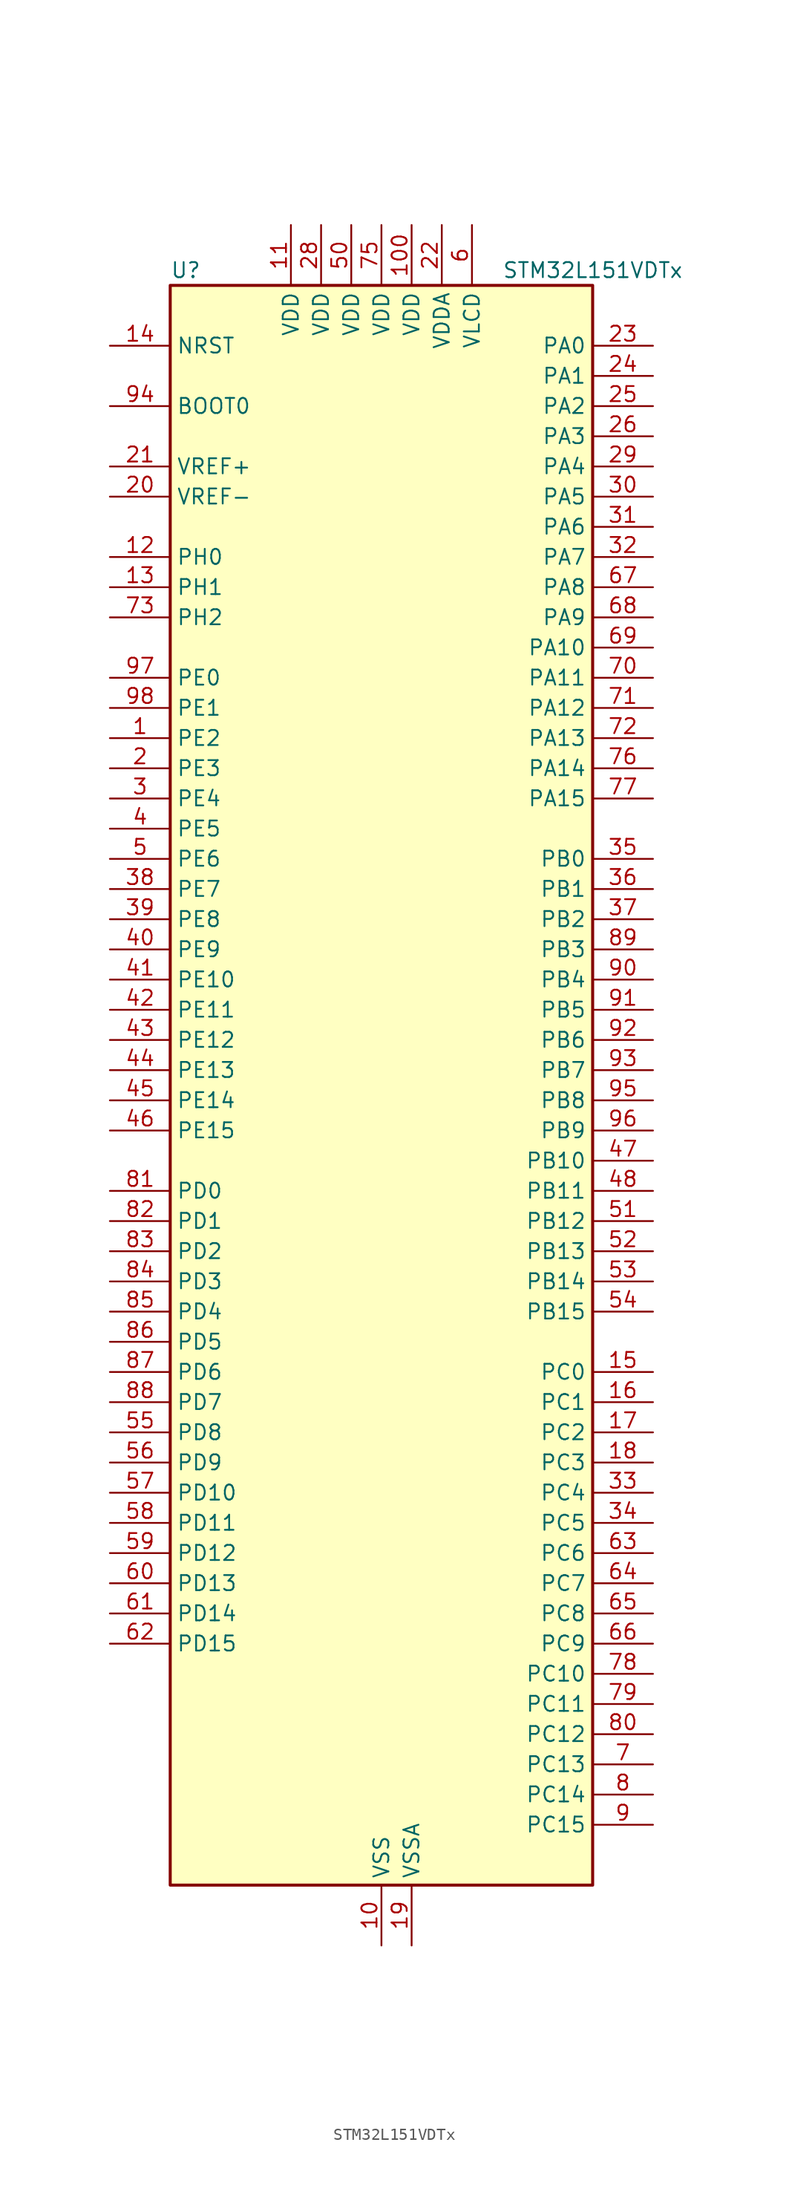
<source format=kicad_sym>
(kicad_symbol_lib
  (version 20241209)
  (generator "kicad_symbol_editor")
  (generator_version "9.0")
  (symbol "STM32L151VDTx"
    (property "Reference" "U"
      (at -17.78 69.85 0)
      (effects (font (size 1.27 1.27)) (justify left)))
    (property "Value" "STM32L151VDTx"
      (at 10.16 69.85 0)
      (effects (font (size 1.27 1.27)) (justify left)))
    (symbol "STM32L151VDTx_0_1"
      (rectangle (start -17.78 -66.04) (end 17.78 68.58) (stroke (width 0.254) (type default)) (fill (type background))))
    (symbol "STM32L151VDTx_1_1"
      (pin input line (at -22.86 63.5 0) (length 5.08) (name "NRST" (effects (font (size 1.27 1.27)))) (number "14" (effects (font (size 1.27 1.27)))))
      (pin input line (at -22.86 58.42 0) (length 5.08) (name "BOOT0" (effects (font (size 1.27 1.27)))) (number "94" (effects (font (size 1.27 1.27)))))
      (pin input line (at -22.86 53.34 0) (length 5.08) (name "VREF+" (effects (font (size 1.27 1.27)))) (number "21" (effects (font (size 1.27 1.27)))))
      (pin input line (at -22.86 50.8 0) (length 5.08) (name "VREF-" (effects (font (size 1.27 1.27)))) (number "20" (effects (font (size 1.27 1.27)))))
      (pin bidirectional line (at -22.86 45.72 0) (length 5.08) (name "PH0" (effects (font (size 1.27 1.27)))) (number "12" (effects (font (size 1.27 1.27)))) (alternate "RCC_OSC_IN" bidirectional line))
      (pin bidirectional line (at -22.86 43.18 0) (length 5.08) (name "PH1" (effects (font (size 1.27 1.27)))) (number "13" (effects (font (size 1.27 1.27)))) (alternate "RCC_OSC_OUT" bidirectional line))
      (pin bidirectional line (at -22.86 40.64 0) (length 5.08) (name "PH2" (effects (font (size 1.27 1.27)))) (number "73" (effects (font (size 1.27 1.27)))) (alternate "FSMC_A22" bidirectional line))
      (pin bidirectional line (at -22.86 35.56 0) (length 5.08) (name "PE0" (effects (font (size 1.27 1.27)))) (number "97" (effects (font (size 1.27 1.27)))) (alternate "FSMC_NBL0" bidirectional line) (alternate "TIM10_CH1" bidirectional line) (alternate "TIM4_ETR" bidirectional line) (alternate "TIMX_IC1" bidirectional line))
      (pin bidirectional line (at -22.86 33.02 0) (length 5.08) (name "PE1" (effects (font (size 1.27 1.27)))) (number "98" (effects (font (size 1.27 1.27)))) (alternate "FSMC_NBL1" bidirectional line) (alternate "TIM11_CH1" bidirectional line) (alternate "TIMX_IC2" bidirectional line))
      (pin bidirectional line (at -22.86 30.48 0) (length 5.08) (name "PE2" (effects (font (size 1.27 1.27)))) (number "1" (effects (font (size 1.27 1.27)))) (alternate "FSMC_A23" bidirectional line) (alternate "SYS_TRACECK" bidirectional line) (alternate "TIM3_ETR" bidirectional line) (alternate "TIMX_IC3" bidirectional line))
      (pin bidirectional line (at -22.86 27.94 0) (length 5.08) (name "PE3" (effects (font (size 1.27 1.27)))) (number "2" (effects (font (size 1.27 1.27)))) (alternate "FSMC_A19" bidirectional line) (alternate "SYS_TRACED0" bidirectional line) (alternate "TIM3_CH1" bidirectional line) (alternate "TIMX_IC4" bidirectional line))
      (pin bidirectional line (at -22.86 25.4 0) (length 5.08) (name "PE4" (effects (font (size 1.27 1.27)))) (number "3" (effects (font (size 1.27 1.27)))) (alternate "FSMC_A20" bidirectional line) (alternate "SYS_TRACED1" bidirectional line) (alternate "TIM3_CH2" bidirectional line) (alternate "TIMX_IC1" bidirectional line))
      (pin bidirectional line (at -22.86 22.86 0) (length 5.08) (name "PE5" (effects (font (size 1.27 1.27)))) (number "4" (effects (font (size 1.27 1.27)))) (alternate "FSMC_A21" bidirectional line) (alternate "SYS_TRACED2" bidirectional line) (alternate "TIM9_CH1" bidirectional line) (alternate "TIMX_IC2" bidirectional line))
      (pin bidirectional line (at -22.86 20.32 0) (length 5.08) (name "PE6" (effects (font (size 1.27 1.27)))) (number "5" (effects (font (size 1.27 1.27)))) (alternate "RTC_TAMP3" bidirectional line) (alternate "SYS_TRACED3" bidirectional line) (alternate "SYS_WKUP3" bidirectional line) (alternate "TIM9_CH2" bidirectional line) (alternate "TIMX_IC3" bidirectional line))
      (pin bidirectional line (at -22.86 17.78 0) (length 5.08) (name "PE7" (effects (font (size 1.27 1.27)))) (number "38" (effects (font (size 1.27 1.27)))) (alternate "ADC_IN22" bidirectional line) (alternate "COMP1_INP" bidirectional line) (alternate "FSMC_D4" bidirectional line) (alternate "FSMC_DA4" bidirectional line) (alternate "TIMX_IC4" bidirectional line))
      (pin bidirectional line (at -22.86 15.24 0) (length 5.08) (name "PE8" (effects (font (size 1.27 1.27)))) (number "39" (effects (font (size 1.27 1.27)))) (alternate "ADC_IN23" bidirectional line) (alternate "COMP1_INP" bidirectional line) (alternate "FSMC_D5" bidirectional line) (alternate "FSMC_DA5" bidirectional line) (alternate "TIMX_IC1" bidirectional line))
      (pin bidirectional line (at -22.86 12.7 0) (length 5.08) (name "PE9" (effects (font (size 1.27 1.27)))) (number "40" (effects (font (size 1.27 1.27)))) (alternate "ADC_IN24" bidirectional line) (alternate "COMP1_INP" bidirectional line) (alternate "DAC_EXTI9" bidirectional line) (alternate "FSMC_D6" bidirectional line) (alternate "FSMC_DA6" bidirectional line) (alternate "TIM2_CH1" bidirectional line) (alternate "TIM2_ETR" bidirectional line) (alternate "TIMX_IC2" bidirectional line))
      (pin bidirectional line (at -22.86 10.16 0) (length 5.08) (name "PE10" (effects (font (size 1.27 1.27)))) (number "41" (effects (font (size 1.27 1.27)))) (alternate "ADC_IN25" bidirectional line) (alternate "COMP1_INP" bidirectional line) (alternate "FSMC_D7" bidirectional line) (alternate "FSMC_DA7" bidirectional line) (alternate "TIM2_CH2" bidirectional line) (alternate "TIMX_IC3" bidirectional line))
      (pin bidirectional line (at -22.86 7.62 0) (length 5.08) (name "PE11" (effects (font (size 1.27 1.27)))) (number "42" (effects (font (size 1.27 1.27)))) (alternate "ADC_EXTI11" bidirectional line) (alternate "FSMC_D8" bidirectional line) (alternate "FSMC_DA8" bidirectional line) (alternate "TIM2_CH3" bidirectional line) (alternate "TIMX_IC4" bidirectional line))
      (pin bidirectional line (at -22.86 5.08 0) (length 5.08) (name "PE12" (effects (font (size 1.27 1.27)))) (number "43" (effects (font (size 1.27 1.27)))) (alternate "FSMC_D9" bidirectional line) (alternate "FSMC_DA9" bidirectional line) (alternate "SPI1_NSS" bidirectional line) (alternate "TIM2_CH4" bidirectional line) (alternate "TIMX_IC1" bidirectional line))
      (pin bidirectional line (at -22.86 2.54 0) (length 5.08) (name "PE13" (effects (font (size 1.27 1.27)))) (number "44" (effects (font (size 1.27 1.27)))) (alternate "FSMC_D10" bidirectional line) (alternate "FSMC_DA10" bidirectional line) (alternate "SPI1_SCK" bidirectional line) (alternate "TIMX_IC2" bidirectional line))
      (pin bidirectional line (at -22.86 0 0) (length 5.08) (name "PE14" (effects (font (size 1.27 1.27)))) (number "45" (effects (font (size 1.27 1.27)))) (alternate "FSMC_D11" bidirectional line) (alternate "FSMC_DA11" bidirectional line) (alternate "SPI1_MISO" bidirectional line) (alternate "TIMX_IC3" bidirectional line))
      (pin bidirectional line (at -22.86 -2.54 0) (length 5.08) (name "PE15" (effects (font (size 1.27 1.27)))) (number "46" (effects (font (size 1.27 1.27)))) (alternate "ADC_EXTI15" bidirectional line) (alternate "FSMC_D12" bidirectional line) (alternate "FSMC_DA12" bidirectional line) (alternate "SPI1_MOSI" bidirectional line) (alternate "TIMX_IC4" bidirectional line))
      (pin bidirectional line (at -22.86 -7.62 0) (length 5.08) (name "PD0" (effects (font (size 1.27 1.27)))) (number "81" (effects (font (size 1.27 1.27)))) (alternate "FSMC_D2" bidirectional line) (alternate "FSMC_DA2" bidirectional line) (alternate "I2S2_WS" bidirectional line) (alternate "SPI2_NSS" bidirectional line) (alternate "TIM9_CH1" bidirectional line) (alternate "TIMX_IC1" bidirectional line))
      (pin bidirectional line (at -22.86 -10.16 0) (length 5.08) (name "PD1" (effects (font (size 1.27 1.27)))) (number "82" (effects (font (size 1.27 1.27)))) (alternate "FSMC_D3" bidirectional line) (alternate "FSMC_DA3" bidirectional line) (alternate "I2S2_CK" bidirectional line) (alternate "SPI2_SCK" bidirectional line) (alternate "TIMX_IC2" bidirectional line))
      (pin bidirectional line (at -22.86 -12.7 0) (length 5.08) (name "PD2" (effects (font (size 1.27 1.27)))) (number "83" (effects (font (size 1.27 1.27)))) (alternate "SDIO_CMD" bidirectional line) (alternate "TIM3_ETR" bidirectional line) (alternate "TIMX_IC3" bidirectional line) (alternate "UART5_RX" bidirectional line))
      (pin bidirectional line (at -22.86 -15.24 0) (length 5.08) (name "PD3" (effects (font (size 1.27 1.27)))) (number "84" (effects (font (size 1.27 1.27)))) (alternate "FSMC_CLK" bidirectional line) (alternate "SPI2_MISO" bidirectional line) (alternate "TIMX_IC4" bidirectional line) (alternate "USART2_CTS" bidirectional line))
      (pin bidirectional line (at -22.86 -17.78 0) (length 5.08) (name "PD4" (effects (font (size 1.27 1.27)))) (number "85" (effects (font (size 1.27 1.27)))) (alternate "FSMC_NOE" bidirectional line) (alternate "I2S2_SD" bidirectional line) (alternate "SPI2_MOSI" bidirectional line) (alternate "TIMX_IC1" bidirectional line) (alternate "USART2_RTS" bidirectional line))
      (pin bidirectional line (at -22.86 -20.32 0) (length 5.08) (name "PD5" (effects (font (size 1.27 1.27)))) (number "86" (effects (font (size 1.27 1.27)))) (alternate "FSMC_NWE" bidirectional line) (alternate "TIMX_IC2" bidirectional line) (alternate "USART2_TX" bidirectional line))
      (pin bidirectional line (at -22.86 -22.86 0) (length 5.08) (name "PD6" (effects (font (size 1.27 1.27)))) (number "87" (effects (font (size 1.27 1.27)))) (alternate "FSMC_NWAIT" bidirectional line) (alternate "TIMX_IC3" bidirectional line) (alternate "USART2_RX" bidirectional line))
      (pin bidirectional line (at -22.86 -25.4 0) (length 5.08) (name "PD7" (effects (font (size 1.27 1.27)))) (number "88" (effects (font (size 1.27 1.27)))) (alternate "FSMC_NE1" bidirectional line) (alternate "TIM9_CH2" bidirectional line) (alternate "TIMX_IC4" bidirectional line) (alternate "USART2_CK" bidirectional line))
      (pin bidirectional line (at -22.86 -27.94 0) (length 5.08) (name "PD8" (effects (font (size 1.27 1.27)))) (number "55" (effects (font (size 1.27 1.27)))) (alternate "FSMC_D13" bidirectional line) (alternate "FSMC_DA13" bidirectional line) (alternate "TIMX_IC1" bidirectional line) (alternate "USART3_TX" bidirectional line))
      (pin bidirectional line (at -22.86 -30.48 0) (length 5.08) (name "PD9" (effects (font (size 1.27 1.27)))) (number "56" (effects (font (size 1.27 1.27)))) (alternate "DAC_EXTI9" bidirectional line) (alternate "FSMC_D14" bidirectional line) (alternate "FSMC_DA14" bidirectional line) (alternate "TIMX_IC2" bidirectional line) (alternate "USART3_RX" bidirectional line))
      (pin bidirectional line (at -22.86 -33.02 0) (length 5.08) (name "PD10" (effects (font (size 1.27 1.27)))) (number "57" (effects (font (size 1.27 1.27)))) (alternate "FSMC_D15" bidirectional line) (alternate "FSMC_DA15" bidirectional line) (alternate "TIMX_IC3" bidirectional line) (alternate "USART3_CK" bidirectional line))
      (pin bidirectional line (at -22.86 -35.56 0) (length 5.08) (name "PD11" (effects (font (size 1.27 1.27)))) (number "58" (effects (font (size 1.27 1.27)))) (alternate "ADC_EXTI11" bidirectional line) (alternate "FSMC_A16" bidirectional line) (alternate "TIMX_IC4" bidirectional line) (alternate "USART3_CTS" bidirectional line))
      (pin bidirectional line (at -22.86 -38.1 0) (length 5.08) (name "PD12" (effects (font (size 1.27 1.27)))) (number "59" (effects (font (size 1.27 1.27)))) (alternate "FSMC_A17" bidirectional line) (alternate "TIM4_CH1" bidirectional line) (alternate "TIMX_IC1" bidirectional line) (alternate "USART3_RTS" bidirectional line))
      (pin bidirectional line (at -22.86 -40.64 0) (length 5.08) (name "PD13" (effects (font (size 1.27 1.27)))) (number "60" (effects (font (size 1.27 1.27)))) (alternate "FSMC_A18" bidirectional line) (alternate "TIM4_CH2" bidirectional line) (alternate "TIMX_IC2" bidirectional line))
      (pin bidirectional line (at -22.86 -43.18 0) (length 5.08) (name "PD14" (effects (font (size 1.27 1.27)))) (number "61" (effects (font (size 1.27 1.27)))) (alternate "FSMC_D0" bidirectional line) (alternate "FSMC_DA0" bidirectional line) (alternate "TIM4_CH3" bidirectional line) (alternate "TIMX_IC3" bidirectional line))
      (pin bidirectional line (at -22.86 -45.72 0) (length 5.08) (name "PD15" (effects (font (size 1.27 1.27)))) (number "62" (effects (font (size 1.27 1.27)))) (alternate "ADC_EXTI15" bidirectional line) (alternate "FSMC_D1" bidirectional line) (alternate "FSMC_DA1" bidirectional line) (alternate "TIM4_CH4" bidirectional line) (alternate "TIMX_IC4" bidirectional line))
      (pin power_in line (at -7.62 73.66 270) (length 5.08) (name "VDD" (effects (font (size 1.27 1.27)))) (number "11" (effects (font (size 1.27 1.27)))))
      (pin power_in line (at -5.08 73.66 270) (length 5.08) (name "VDD" (effects (font (size 1.27 1.27)))) (number "28" (effects (font (size 1.27 1.27)))))
      (pin power_in line (at -2.54 73.66 270) (length 5.08) (name "VDD" (effects (font (size 1.27 1.27)))) (number "50" (effects (font (size 1.27 1.27)))))
      (pin power_in line (at 0 73.66 270) (length 5.08) (name "VDD" (effects (font (size 1.27 1.27)))) (number "75" (effects (font (size 1.27 1.27)))))
      (pin power_in line (at 0 -71.12 90) (length 5.08) (name "VSS" (effects (font (size 1.27 1.27)))) (number "10" (effects (font (size 1.27 1.27)))))
      (pin passive line (at 0 -71.12 90) (length 5.08) (hide yes) (name "VSS" (effects (font (size 1.27 1.27)))) (number "27" (effects (font (size 1.27 1.27)))))
      (pin passive line (at 0 -71.12 90) (length 5.08) (hide yes) (name "VSS" (effects (font (size 1.27 1.27)))) (number "49" (effects (font (size 1.27 1.27)))))
      (pin passive line (at 0 -71.12 90) (length 5.08) (hide yes) (name "VSS" (effects (font (size 1.27 1.27)))) (number "74" (effects (font (size 1.27 1.27)))))
      (pin passive line (at 0 -71.12 90) (length 5.08) (hide yes) (name "VSS" (effects (font (size 1.27 1.27)))) (number "99" (effects (font (size 1.27 1.27)))))
      (pin power_in line (at 2.54 73.66 270) (length 5.08) (name "VDD" (effects (font (size 1.27 1.27)))) (number "100" (effects (font (size 1.27 1.27)))))
      (pin power_in line (at 2.54 -71.12 90) (length 5.08) (name "VSSA" (effects (font (size 1.27 1.27)))) (number "19" (effects (font (size 1.27 1.27)))))
      (pin power_in line (at 5.08 73.66 270) (length 5.08) (name "VDDA" (effects (font (size 1.27 1.27)))) (number "22" (effects (font (size 1.27 1.27)))))
      (pin power_in line (at 7.62 73.66 270) (length 5.08) (name "VLCD" (effects (font (size 1.27 1.27)))) (number "6" (effects (font (size 1.27 1.27)))))
      (pin bidirectional line (at 22.86 63.5 180) (length 5.08) (name "PA0" (effects (font (size 1.27 1.27)))) (number "23" (effects (font (size 1.27 1.27)))) (alternate "ADC_IN0" bidirectional line) (alternate "COMP1_INP" bidirectional line) (alternate "RTC_TAMP2" bidirectional line) (alternate "SYS_WKUP1" bidirectional line) (alternate "TIM2_CH1" bidirectional line) (alternate "TIM2_ETR" bidirectional line) (alternate "TIM5_CH1" bidirectional line) (alternate "TIMX_IC1" bidirectional line) (alternate "TS_G1_IO1" bidirectional line) (alternate "USART2_CTS" bidirectional line))
      (pin bidirectional line (at 22.86 60.96 180) (length 5.08) (name "PA1" (effects (font (size 1.27 1.27)))) (number "24" (effects (font (size 1.27 1.27)))) (alternate "ADC_IN1" bidirectional line) (alternate "COMP1_INP" bidirectional line) (alternate "OPAMP1_VINP" bidirectional line) (alternate "TIM2_CH2" bidirectional line) (alternate "TIM5_CH2" bidirectional line) (alternate "TIMX_IC2" bidirectional line) (alternate "TS_G1_IO2" bidirectional line) (alternate "USART2_RTS" bidirectional line))
      (pin bidirectional line (at 22.86 58.42 180) (length 5.08) (name "PA2" (effects (font (size 1.27 1.27)))) (number "25" (effects (font (size 1.27 1.27)))) (alternate "ADC_IN2" bidirectional line) (alternate "COMP1_INP" bidirectional line) (alternate "OPAMP1_VINM" bidirectional line) (alternate "TIM2_CH3" bidirectional line) (alternate "TIM5_CH3" bidirectional line) (alternate "TIM9_CH1" bidirectional line) (alternate "TIMX_IC3" bidirectional line) (alternate "TS_G1_IO3" bidirectional line) (alternate "USART2_TX" bidirectional line))
      (pin bidirectional line (at 22.86 55.88 180) (length 5.08) (name "PA3" (effects (font (size 1.27 1.27)))) (number "26" (effects (font (size 1.27 1.27)))) (alternate "ADC_IN3" bidirectional line) (alternate "COMP1_INP" bidirectional line) (alternate "OPAMP1_VOUT" bidirectional line) (alternate "TIM2_CH4" bidirectional line) (alternate "TIM5_CH4" bidirectional line) (alternate "TIM9_CH2" bidirectional line) (alternate "TIMX_IC4" bidirectional line) (alternate "TS_G1_IO4" bidirectional line) (alternate "USART2_RX" bidirectional line))
      (pin bidirectional line (at 22.86 53.34 180) (length 5.08) (name "PA4" (effects (font (size 1.27 1.27)))) (number "29" (effects (font (size 1.27 1.27)))) (alternate "ADC_IN4" bidirectional line) (alternate "COMP1_INP" bidirectional line) (alternate "DAC_OUT1" bidirectional line) (alternate "I2S3_WS" bidirectional line) (alternate "SPI1_NSS" bidirectional line) (alternate "SPI3_NSS" bidirectional line) (alternate "TIMX_IC1" bidirectional line) (alternate "USART2_CK" bidirectional line))
      (pin bidirectional line (at 22.86 50.8 180) (length 5.08) (name "PA5" (effects (font (size 1.27 1.27)))) (number "30" (effects (font (size 1.27 1.27)))) (alternate "ADC_IN5" bidirectional line) (alternate "COMP1_INP" bidirectional line) (alternate "DAC_OUT2" bidirectional line) (alternate "SPI1_SCK" bidirectional line) (alternate "TIM2_CH1" bidirectional line) (alternate "TIM2_ETR" bidirectional line) (alternate "TIMX_IC2" bidirectional line))
      (pin bidirectional line (at 22.86 48.26 180) (length 5.08) (name "PA6" (effects (font (size 1.27 1.27)))) (number "31" (effects (font (size 1.27 1.27)))) (alternate "ADC_IN6" bidirectional line) (alternate "COMP1_INP" bidirectional line) (alternate "OPAMP2_VINP" bidirectional line) (alternate "SPI1_MISO" bidirectional line) (alternate "TIM10_CH1" bidirectional line) (alternate "TIM3_CH1" bidirectional line) (alternate "TIMX_IC3" bidirectional line) (alternate "TS_G2_IO1" bidirectional line))
      (pin bidirectional line (at 22.86 45.72 180) (length 5.08) (name "PA7" (effects (font (size 1.27 1.27)))) (number "32" (effects (font (size 1.27 1.27)))) (alternate "ADC_IN7" bidirectional line) (alternate "COMP1_INP" bidirectional line) (alternate "OPAMP2_VINM" bidirectional line) (alternate "SPI1_MOSI" bidirectional line) (alternate "TIM11_CH1" bidirectional line) (alternate "TIM3_CH2" bidirectional line) (alternate "TIMX_IC4" bidirectional line) (alternate "TS_G2_IO2" bidirectional line))
      (pin bidirectional line (at 22.86 43.18 180) (length 5.08) (name "PA8" (effects (font (size 1.27 1.27)))) (number "67" (effects (font (size 1.27 1.27)))) (alternate "RCC_MCO" bidirectional line) (alternate "TIMX_IC1" bidirectional line) (alternate "TS_G4_IO1" bidirectional line) (alternate "USART1_CK" bidirectional line))
      (pin bidirectional line (at 22.86 40.64 180) (length 5.08) (name "PA9" (effects (font (size 1.27 1.27)))) (number "68" (effects (font (size 1.27 1.27)))) (alternate "DAC_EXTI9" bidirectional line) (alternate "TIMX_IC2" bidirectional line) (alternate "TS_G4_IO2" bidirectional line) (alternate "USART1_TX" bidirectional line))
      (pin bidirectional line (at 22.86 38.1 180) (length 5.08) (name "PA10" (effects (font (size 1.27 1.27)))) (number "69" (effects (font (size 1.27 1.27)))) (alternate "TIMX_IC3" bidirectional line) (alternate "TS_G4_IO3" bidirectional line) (alternate "USART1_RX" bidirectional line))
      (pin bidirectional line (at 22.86 35.56 180) (length 5.08) (name "PA11" (effects (font (size 1.27 1.27)))) (number "70" (effects (font (size 1.27 1.27)))) (alternate "ADC_EXTI11" bidirectional line) (alternate "SPI1_MISO" bidirectional line) (alternate "TIMX_IC4" bidirectional line) (alternate "USART1_CTS" bidirectional line) (alternate "USB_DM" bidirectional line))
      (pin bidirectional line (at 22.86 33.02 180) (length 5.08) (name "PA12" (effects (font (size 1.27 1.27)))) (number "71" (effects (font (size 1.27 1.27)))) (alternate "SPI1_MOSI" bidirectional line) (alternate "TIMX_IC1" bidirectional line) (alternate "USART1_RTS" bidirectional line) (alternate "USB_DP" bidirectional line))
      (pin bidirectional line (at 22.86 30.48 180) (length 5.08) (name "PA13" (effects (font (size 1.27 1.27)))) (number "72" (effects (font (size 1.27 1.27)))) (alternate "SYS_JTMS-SWDIO" bidirectional line) (alternate "TIMX_IC2" bidirectional line) (alternate "TS_G5_IO1" bidirectional line))
      (pin bidirectional line (at 22.86 27.94 180) (length 5.08) (name "PA14" (effects (font (size 1.27 1.27)))) (number "76" (effects (font (size 1.27 1.27)))) (alternate "SYS_JTCK-SWCLK" bidirectional line) (alternate "TIMX_IC3" bidirectional line) (alternate "TS_G5_IO2" bidirectional line))
      (pin bidirectional line (at 22.86 25.4 180) (length 5.08) (name "PA15" (effects (font (size 1.27 1.27)))) (number "77" (effects (font (size 1.27 1.27)))) (alternate "ADC_EXTI15" bidirectional line) (alternate "I2S3_WS" bidirectional line) (alternate "SPI1_NSS" bidirectional line) (alternate "SPI3_NSS" bidirectional line) (alternate "SYS_JTDI" bidirectional line) (alternate "TIM2_CH1" bidirectional line) (alternate "TIM2_ETR" bidirectional line) (alternate "TIMX_IC4" bidirectional line) (alternate "TS_G5_IO3" bidirectional line))
      (pin bidirectional line (at 22.86 20.32 180) (length 5.08) (name "PB0" (effects (font (size 1.27 1.27)))) (number "35" (effects (font (size 1.27 1.27)))) (alternate "ADC_IN8" bidirectional line) (alternate "COMP1_INP" bidirectional line) (alternate "OPAMP2_VOUT" bidirectional line) (alternate "SYS_V_REF_OUT" bidirectional line) (alternate "TIM3_CH3" bidirectional line) (alternate "TS_G3_IO1" bidirectional line))
      (pin bidirectional line (at 22.86 17.78 180) (length 5.08) (name "PB1" (effects (font (size 1.27 1.27)))) (number "36" (effects (font (size 1.27 1.27)))) (alternate "ADC_IN9" bidirectional line) (alternate "COMP1_INP" bidirectional line) (alternate "SYS_V_REF_OUT" bidirectional line) (alternate "TIM3_CH4" bidirectional line) (alternate "TS_G3_IO2" bidirectional line))
      (pin bidirectional line (at 22.86 15.24 180) (length 5.08) (name "PB2" (effects (font (size 1.27 1.27)))) (number "37" (effects (font (size 1.27 1.27)))) (alternate "TS_G3_IO3" bidirectional line))
      (pin bidirectional line (at 22.86 12.7 180) (length 5.08) (name "PB3" (effects (font (size 1.27 1.27)))) (number "89" (effects (font (size 1.27 1.27)))) (alternate "COMP2_INM" bidirectional line) (alternate "I2S3_CK" bidirectional line) (alternate "SPI1_SCK" bidirectional line) (alternate "SPI3_SCK" bidirectional line) (alternate "SYS_JTDO-TRACESWO" bidirectional line) (alternate "TIM2_CH2" bidirectional line))
      (pin bidirectional line (at 22.86 10.16 180) (length 5.08) (name "PB4" (effects (font (size 1.27 1.27)))) (number "90" (effects (font (size 1.27 1.27)))) (alternate "COMP2_INP" bidirectional line) (alternate "SPI1_MISO" bidirectional line) (alternate "SPI3_MISO" bidirectional line) (alternate "SYS_JTRST" bidirectional line) (alternate "TIM3_CH1" bidirectional line) (alternate "TS_G6_IO1" bidirectional line))
      (pin bidirectional line (at 22.86 7.62 180) (length 5.08) (name "PB5" (effects (font (size 1.27 1.27)))) (number "91" (effects (font (size 1.27 1.27)))) (alternate "COMP2_INP" bidirectional line) (alternate "I2C1_SMBA" bidirectional line) (alternate "I2S3_SD" bidirectional line) (alternate "SPI1_MOSI" bidirectional line) (alternate "SPI3_MOSI" bidirectional line) (alternate "TIM3_CH2" bidirectional line) (alternate "TS_G6_IO2" bidirectional line))
      (pin bidirectional line (at 22.86 5.08 180) (length 5.08) (name "PB6" (effects (font (size 1.27 1.27)))) (number "92" (effects (font (size 1.27 1.27)))) (alternate "COMP2_INP" bidirectional line) (alternate "I2C1_SCL" bidirectional line) (alternate "TIM4_CH1" bidirectional line) (alternate "TS_G6_IO3" bidirectional line) (alternate "USART1_TX" bidirectional line))
      (pin bidirectional line (at 22.86 2.54 180) (length 5.08) (name "PB7" (effects (font (size 1.27 1.27)))) (number "93" (effects (font (size 1.27 1.27)))) (alternate "COMP2_INP" bidirectional line) (alternate "FSMC_NL" bidirectional line) (alternate "I2C1_SDA" bidirectional line) (alternate "SYS_PVD_IN" bidirectional line) (alternate "TIM4_CH2" bidirectional line) (alternate "TS_G6_IO4" bidirectional line) (alternate "USART1_RX" bidirectional line))
      (pin bidirectional line (at 22.86 0 180) (length 5.08) (name "PB8" (effects (font (size 1.27 1.27)))) (number "95" (effects (font (size 1.27 1.27)))) (alternate "I2C1_SCL" bidirectional line) (alternate "SDIO_D4" bidirectional line) (alternate "TIM10_CH1" bidirectional line) (alternate "TIM4_CH3" bidirectional line))
      (pin bidirectional line (at 22.86 -2.54 180) (length 5.08) (name "PB9" (effects (font (size 1.27 1.27)))) (number "96" (effects (font (size 1.27 1.27)))) (alternate "DAC_EXTI9" bidirectional line) (alternate "I2C1_SDA" bidirectional line) (alternate "SDIO_D5" bidirectional line) (alternate "TIM11_CH1" bidirectional line) (alternate "TIM4_CH4" bidirectional line))
      (pin bidirectional line (at 22.86 -5.08 180) (length 5.08) (name "PB10" (effects (font (size 1.27 1.27)))) (number "47" (effects (font (size 1.27 1.27)))) (alternate "I2C2_SCL" bidirectional line) (alternate "TIM2_CH3" bidirectional line) (alternate "USART3_TX" bidirectional line))
      (pin bidirectional line (at 22.86 -7.62 180) (length 5.08) (name "PB11" (effects (font (size 1.27 1.27)))) (number "48" (effects (font (size 1.27 1.27)))) (alternate "ADC_EXTI11" bidirectional line) (alternate "I2C2_SDA" bidirectional line) (alternate "TIM2_CH4" bidirectional line) (alternate "USART3_RX" bidirectional line))
      (pin bidirectional line (at 22.86 -10.16 180) (length 5.08) (name "PB12" (effects (font (size 1.27 1.27)))) (number "51" (effects (font (size 1.27 1.27)))) (alternate "ADC_IN18" bidirectional line) (alternate "COMP1_INP" bidirectional line) (alternate "I2C2_SMBA" bidirectional line) (alternate "I2S2_WS" bidirectional line) (alternate "SPI2_NSS" bidirectional line) (alternate "TIM10_CH1" bidirectional line) (alternate "TS_G7_IO1" bidirectional line) (alternate "USART3_CK" bidirectional line))
      (pin bidirectional line (at 22.86 -12.7 180) (length 5.08) (name "PB13" (effects (font (size 1.27 1.27)))) (number "52" (effects (font (size 1.27 1.27)))) (alternate "ADC_IN19" bidirectional line) (alternate "COMP1_INP" bidirectional line) (alternate "I2S2_CK" bidirectional line) (alternate "SPI2_SCK" bidirectional line) (alternate "TIM9_CH1" bidirectional line) (alternate "TS_G7_IO2" bidirectional line) (alternate "USART3_CTS" bidirectional line))
      (pin bidirectional line (at 22.86 -15.24 180) (length 5.08) (name "PB14" (effects (font (size 1.27 1.27)))) (number "53" (effects (font (size 1.27 1.27)))) (alternate "ADC_IN20" bidirectional line) (alternate "COMP1_INP" bidirectional line) (alternate "SPI2_MISO" bidirectional line) (alternate "TIM9_CH2" bidirectional line) (alternate "TS_G7_IO3" bidirectional line) (alternate "USART3_RTS" bidirectional line))
      (pin bidirectional line (at 22.86 -17.78 180) (length 5.08) (name "PB15" (effects (font (size 1.27 1.27)))) (number "54" (effects (font (size 1.27 1.27)))) (alternate "ADC_EXTI15" bidirectional line) (alternate "ADC_IN21" bidirectional line) (alternate "COMP1_INP" bidirectional line) (alternate "I2S2_SD" bidirectional line) (alternate "RTC_REFIN" bidirectional line) (alternate "SPI2_MOSI" bidirectional line) (alternate "TIM11_CH1" bidirectional line) (alternate "TS_G7_IO4" bidirectional line))
      (pin bidirectional line (at 22.86 -22.86 180) (length 5.08) (name "PC0" (effects (font (size 1.27 1.27)))) (number "15" (effects (font (size 1.27 1.27)))) (alternate "ADC_IN10" bidirectional line) (alternate "COMP1_INP" bidirectional line) (alternate "TIMX_IC1" bidirectional line) (alternate "TS_G8_IO1" bidirectional line))
      (pin bidirectional line (at 22.86 -25.4 180) (length 5.08) (name "PC1" (effects (font (size 1.27 1.27)))) (number "16" (effects (font (size 1.27 1.27)))) (alternate "ADC_IN11" bidirectional line) (alternate "COMP1_INP" bidirectional line) (alternate "OPAMP3_VINP" bidirectional line) (alternate "TIMX_IC2" bidirectional line) (alternate "TS_G8_IO2" bidirectional line))
      (pin bidirectional line (at 22.86 -27.94 180) (length 5.08) (name "PC2" (effects (font (size 1.27 1.27)))) (number "17" (effects (font (size 1.27 1.27)))) (alternate "ADC_IN12" bidirectional line) (alternate "COMP1_INP" bidirectional line) (alternate "OPAMP3_VINM" bidirectional line) (alternate "TIMX_IC3" bidirectional line) (alternate "TS_G8_IO3" bidirectional line))
      (pin bidirectional line (at 22.86 -30.48 180) (length 5.08) (name "PC3" (effects (font (size 1.27 1.27)))) (number "18" (effects (font (size 1.27 1.27)))) (alternate "ADC_IN13" bidirectional line) (alternate "COMP1_INP" bidirectional line) (alternate "OPAMP3_VOUT" bidirectional line) (alternate "TIMX_IC4" bidirectional line) (alternate "TS_G8_IO4" bidirectional line))
      (pin bidirectional line (at 22.86 -33.02 180) (length 5.08) (name "PC4" (effects (font (size 1.27 1.27)))) (number "33" (effects (font (size 1.27 1.27)))) (alternate "ADC_IN14" bidirectional line) (alternate "COMP1_INP" bidirectional line) (alternate "TIMX_IC1" bidirectional line) (alternate "TS_G9_IO1" bidirectional line))
      (pin bidirectional line (at 22.86 -35.56 180) (length 5.08) (name "PC5" (effects (font (size 1.27 1.27)))) (number "34" (effects (font (size 1.27 1.27)))) (alternate "ADC_IN15" bidirectional line) (alternate "COMP1_INP" bidirectional line) (alternate "TIMX_IC2" bidirectional line) (alternate "TS_G9_IO2" bidirectional line))
      (pin bidirectional line (at 22.86 -38.1 180) (length 5.08) (name "PC6" (effects (font (size 1.27 1.27)))) (number "63" (effects (font (size 1.27 1.27)))) (alternate "I2S2_MCK" bidirectional line) (alternate "SDIO_D6" bidirectional line) (alternate "TIM3_CH1" bidirectional line) (alternate "TIMX_IC3" bidirectional line) (alternate "TS_G10_IO1" bidirectional line))
      (pin bidirectional line (at 22.86 -40.64 180) (length 5.08) (name "PC7" (effects (font (size 1.27 1.27)))) (number "64" (effects (font (size 1.27 1.27)))) (alternate "I2S3_MCK" bidirectional line) (alternate "SDIO_D7" bidirectional line) (alternate "TIM3_CH2" bidirectional line) (alternate "TIMX_IC4" bidirectional line) (alternate "TS_G10_IO2" bidirectional line))
      (pin bidirectional line (at 22.86 -43.18 180) (length 5.08) (name "PC8" (effects (font (size 1.27 1.27)))) (number "65" (effects (font (size 1.27 1.27)))) (alternate "SDIO_D0" bidirectional line) (alternate "TIM3_CH3" bidirectional line) (alternate "TIMX_IC1" bidirectional line) (alternate "TS_G10_IO3" bidirectional line))
      (pin bidirectional line (at 22.86 -45.72 180) (length 5.08) (name "PC9" (effects (font (size 1.27 1.27)))) (number "66" (effects (font (size 1.27 1.27)))) (alternate "DAC_EXTI9" bidirectional line) (alternate "SDIO_D1" bidirectional line) (alternate "TIM3_CH4" bidirectional line) (alternate "TIMX_IC2" bidirectional line) (alternate "TS_G10_IO4" bidirectional line))
      (pin bidirectional line (at 22.86 -48.26 180) (length 5.08) (name "PC10" (effects (font (size 1.27 1.27)))) (number "78" (effects (font (size 1.27 1.27)))) (alternate "I2S3_CK" bidirectional line) (alternate "SDIO_D2" bidirectional line) (alternate "SPI3_SCK" bidirectional line) (alternate "TIMX_IC3" bidirectional line) (alternate "UART4_TX" bidirectional line) (alternate "USART3_TX" bidirectional line))
      (pin bidirectional line (at 22.86 -50.8 180) (length 5.08) (name "PC11" (effects (font (size 1.27 1.27)))) (number "79" (effects (font (size 1.27 1.27)))) (alternate "ADC_EXTI11" bidirectional line) (alternate "SDIO_D3" bidirectional line) (alternate "SPI3_MISO" bidirectional line) (alternate "TIMX_IC4" bidirectional line) (alternate "UART4_RX" bidirectional line) (alternate "USART3_RX" bidirectional line))
      (pin bidirectional line (at 22.86 -53.34 180) (length 5.08) (name "PC12" (effects (font (size 1.27 1.27)))) (number "80" (effects (font (size 1.27 1.27)))) (alternate "I2S3_SD" bidirectional line) (alternate "SDIO_CK" bidirectional line) (alternate "SPI3_MOSI" bidirectional line) (alternate "TIMX_IC1" bidirectional line) (alternate "UART5_TX" bidirectional line) (alternate "USART3_CK" bidirectional line))
      (pin bidirectional line (at 22.86 -55.88 180) (length 5.08) (name "PC13" (effects (font (size 1.27 1.27)))) (number "7" (effects (font (size 1.27 1.27)))) (alternate "RTC_OUT_ALARM" bidirectional line) (alternate "RTC_OUT_CALIB" bidirectional line) (alternate "RTC_TAMP1" bidirectional line) (alternate "RTC_TS" bidirectional line) (alternate "SYS_WKUP2" bidirectional line) (alternate "TIMX_IC2" bidirectional line))
      (pin bidirectional line (at 22.86 -58.42 180) (length 5.08) (name "PC14" (effects (font (size 1.27 1.27)))) (number "8" (effects (font (size 1.27 1.27)))) (alternate "RCC_OSC32_IN" bidirectional line) (alternate "TIMX_IC3" bidirectional line))
      (pin bidirectional line (at 22.86 -60.96 180) (length 5.08) (name "PC15" (effects (font (size 1.27 1.27)))) (number "9" (effects (font (size 1.27 1.27)))) (alternate "ADC_EXTI15" bidirectional line) (alternate "RCC_OSC32_OUT" bidirectional line) (alternate "TIMX_IC4" bidirectional line)))))
</source>
